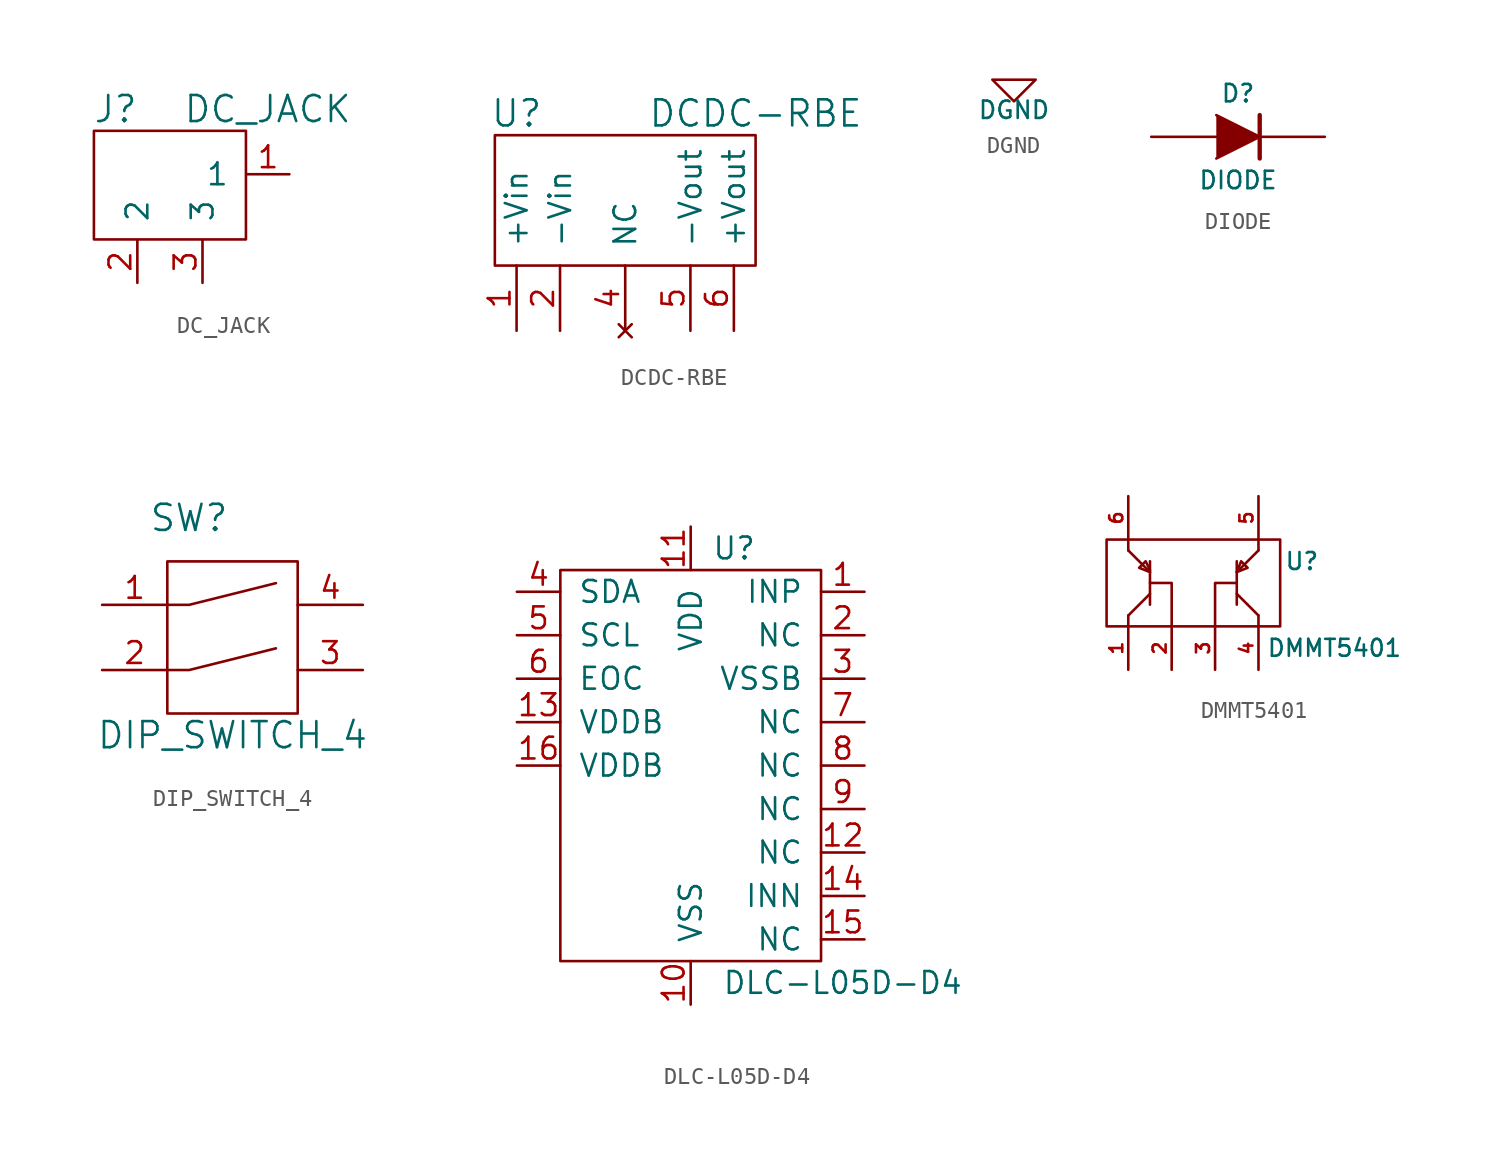
<source format=kicad_sym>
(kicad_symbol_lib
  (version 20210619)
  (generator kicad_symbol_editor)
  (symbol "tinkerforge:DC_JACK"
    (pin_names
      (offset 1.016))
    (property "Reference" "J"
      (at -2.54 5.08 0)
      (effects (font (size 1.524 1.524))))
    (property "Value" "DC_JACK"
      (at 6.35 5.08 0)
      (effects (font (size 1.524 1.524))))
    (property "Footprint" ""
      (at 0 0 0)
      (effects (font (size 1.524 1.524))))
    (property "Datasheet" ""
      (at 0 0 0)
      (effects (font (size 1.524 1.524))))
    (symbol "DC_JACK_0_1"
      (rectangle (start -3.81 3.81) (end 5.08 -2.54) (stroke (width 0)) (fill (type none))))
    (symbol "DC_JACK_1_1"
      (pin power_in line (at 7.62 1.27 180) (length 2.489) (name "1" (effects (font (size 1.27 1.27)))) (number "1" (effects (font (size 1.27 1.27)))))
      (pin power_out line (at -1.27 -5.08 90) (length 2.489) (name "2" (effects (font (size 1.27 1.27)))) (number "2" (effects (font (size 1.27 1.27)))))
      (pin power_out line (at 2.54 -5.08 90) (length 2.489) (name "3" (effects (font (size 1.27 1.27)))) (number "3" (effects (font (size 1.27 1.27)))))))
  (symbol "tinkerforge:DCDC-RBE"
    (pin_names
      (offset 1.016))
    (property "Reference" "U"
      (at -6.35 5.08 0)
      (effects (font (size 1.524 1.524))))
    (property "Value" "DCDC-RBE"
      (at 7.62 5.08 0)
      (effects (font (size 1.524 1.524))))
    (property "Footprint" ""
      (at 0 0 0)
      (effects (font (size 1.524 1.524))))
    (property "Datasheet" ""
      (at 0 0 0)
      (effects (font (size 1.524 1.524))))
    (symbol "DCDC-RBE_0_1"
      (rectangle (start -7.62 3.81) (end 7.62 -3.81) (stroke (width 0)) (fill (type none))))
    (symbol "DCDC-RBE_1_1"
      (pin passive line (at -6.35 -7.62 90) (length 3.81) (name "+Vin" (effects (font (size 1.27 1.27)))) (number "1" (effects (font (size 1.27 1.27)))))
      (pin passive line (at -3.81 -7.62 90) (length 3.81) (name "-Vin" (effects (font (size 1.27 1.27)))) (number "2" (effects (font (size 1.27 1.27)))))
      (pin no_connect line (at 0 -7.62 90) (length 3.81) (name "NC" (effects (font (size 1.27 1.27)))) (number "4" (effects (font (size 1.27 1.27)))))
      (pin passive line (at 3.81 -7.62 90) (length 3.81) (name "-Vout" (effects (font (size 1.27 1.27)))) (number "5" (effects (font (size 1.27 1.27)))))
      (pin passive line (at 6.35 -7.62 90) (length 3.81) (name "+Vout" (effects (font (size 1.27 1.27)))) (number "6" (effects (font (size 1.27 1.27)))))))
  (symbol "tinkerforge:DGND"
    (power)
    (pin_names
      (offset 1.016))
    (property "Reference" "#PWR"
      (at 0 0 0)
      (effects (font (size 1.016 1.016)) hide))
    (property "Value" "DGND"
      (at 0 -1.778 0)
      (effects (font (size 1.016 1.016))))
    (property "Footprint" ""
      (at 0 0 0)
      (effects (font (size 1.524 1.524))))
    (property "Datasheet" ""
      (at 0 0 0)
      (effects (font (size 1.524 1.524))))
    (symbol "DGND_0_1"
      (polyline (pts (xy -1.27 0) (xy 0 -1.27) (xy 1.27 0) (xy -1.27 0)) (stroke (width 0)) (fill (type none))))
    (symbol "DGND_1_1"
      (pin power_in line (at 0 0 90) (length 0) hide (name "DGND" (effects (font (size 1.016 1.016)))) (number "1" (effects (font (size 1.016 1.016)))))))
  (symbol "tinkerforge:DIODE"
    (pin_numbers hide)
    (pin_names
      (offset 1.016) hide)
    (property "Reference" "D"
      (at 0 2.54 0)
      (effects (font (size 1.016 1.016))))
    (property "Value" "DIODE"
      (at 0 -2.54 0)
      (effects (font (size 1.016 1.016))))
    (property "Footprint" ""
      (at 0 0 0)
      (effects (font (size 1.524 1.524))))
    (property "Datasheet" ""
      (at 0 0 0)
      (effects (font (size 1.524 1.524))))
    (symbol "DIODE_0_1"
      (polyline (pts (xy 1.27 1.27) (xy 1.27 -1.27)) (stroke (width 0.254)) (fill (type none)))
      (polyline (pts (xy -1.27 1.27) (xy 1.27 0) (xy -1.27 -1.27)) (stroke (width 0)) (fill (type outline))))
    (symbol "DIODE_1_1"
      (pin passive line (at -5.08 0 0) (length 3.81) (name "A" (effects (font (size 1.016 1.016)))) (number "1" (effects (font (size 1.016 1.016)))))
      (pin passive line (at 5.08 0 180) (length 3.81) (name "K" (effects (font (size 1.016 1.016)))) (number "2" (effects (font (size 1.016 1.016)))))))
  (symbol "tinkerforge:DIP_SWITCH_4"
    (pin_names
      (offset 1.016))
    (property "Reference" "SW"
      (at -2.54 6.35 0)
      (effects (font (size 1.524 1.524))))
    (property "Value" "DIP_SWITCH_4"
      (at 0 -6.35 0)
      (effects (font (size 1.524 1.524))))
    (property "Footprint" ""
      (at 0 0 0)
      (effects (font (size 1.524 1.524))))
    (property "Datasheet" ""
      (at 0 0 0)
      (effects (font (size 1.524 1.524))))
    (symbol "DIP_SWITCH_4_0_1"
      (rectangle (start -3.81 3.81) (end 3.81 -5.08) (stroke (width 0)) (fill (type none)))
      (polyline (pts (xy -3.81 -2.54) (xy -2.54 -2.54) (xy 2.54 -1.27)) (stroke (width 0)) (fill (type none)))
      (polyline (pts (xy -3.81 1.27) (xy -2.54 1.27) (xy 2.54 2.54)) (stroke (width 0)) (fill (type none))))
    (symbol "DIP_SWITCH_4_1_1"
      (pin passive line (at -7.62 1.27 0) (length 3.81) (name "~" (effects (font (size 1.27 1.27)))) (number "1" (effects (font (size 1.27 1.27)))))
      (pin passive line (at -7.62 -2.54 0) (length 3.81) (name "~" (effects (font (size 1.27 1.27)))) (number "2" (effects (font (size 1.27 1.27)))))
      (pin passive line (at 7.62 -2.54 180) (length 3.81) (name "~" (effects (font (size 1.27 1.27)))) (number "3" (effects (font (size 1.27 1.27)))))
      (pin passive line (at 7.62 1.27 180) (length 3.81) (name "~" (effects (font (size 1.27 1.27)))) (number "4" (effects (font (size 1.27 1.27)))))))
  (symbol "tinkerforge:DLC-L05D-D4"
    (pin_names
      (offset 1.016))
    (property "Reference" "U"
      (at 2.54 12.7 0)
      (effects (font (size 1.27 1.27))))
    (property "Value" "DLC-L05D-D4"
      (at 8.89 -12.7 0)
      (effects (font (size 1.27 1.27))))
    (symbol "DLC-L05D-D4_0_1"
      (rectangle (start -7.62 11.43) (end 7.62 -11.43) (stroke (width 0)) (fill (type none))))
    (symbol "DLC-L05D-D4_1_1"
      (pin input line (at 10.16 10.16 180) (length 2.54) (name "INP" (effects (font (size 1.27 1.27)))) (number "1" (effects (font (size 1.27 1.27)))))
      (pin input line (at 0 -13.97 90) (length 2.54) (name "VSS" (effects (font (size 1.27 1.27)))) (number "10" (effects (font (size 1.27 1.27)))))
      (pin input line (at 0 13.97 270) (length 2.54) (name "VDD" (effects (font (size 1.27 1.27)))) (number "11" (effects (font (size 1.27 1.27)))))
      (pin input line (at 10.16 -5.08 180) (length 2.54) (name "NC" (effects (font (size 1.27 1.27)))) (number "12" (effects (font (size 1.27 1.27)))))
      (pin input line (at -10.16 2.54 0) (length 2.54) (name "VDDB" (effects (font (size 1.27 1.27)))) (number "13" (effects (font (size 1.27 1.27)))))
      (pin input line (at 10.16 -7.62 180) (length 2.54) (name "INN" (effects (font (size 1.27 1.27)))) (number "14" (effects (font (size 1.27 1.27)))))
      (pin input line (at 10.16 -10.16 180) (length 2.54) (name "NC" (effects (font (size 1.27 1.27)))) (number "15" (effects (font (size 1.27 1.27)))))
      (pin input line (at -10.16 0 0) (length 2.54) (name "VDDB" (effects (font (size 1.27 1.27)))) (number "16" (effects (font (size 1.27 1.27)))))
      (pin input line (at 10.16 7.62 180) (length 2.54) (name "NC" (effects (font (size 1.27 1.27)))) (number "2" (effects (font (size 1.27 1.27)))))
      (pin input line (at 10.16 5.08 180) (length 2.54) (name "VSSB" (effects (font (size 1.27 1.27)))) (number "3" (effects (font (size 1.27 1.27)))))
      (pin input line (at -10.16 10.16 0) (length 2.54) (name "SDA" (effects (font (size 1.27 1.27)))) (number "4" (effects (font (size 1.27 1.27)))))
      (pin input line (at -10.16 7.62 0) (length 2.54) (name "SCL" (effects (font (size 1.27 1.27)))) (number "5" (effects (font (size 1.27 1.27)))))
      (pin input line (at -10.16 5.08 0) (length 2.54) (name "EOC" (effects (font (size 1.27 1.27)))) (number "6" (effects (font (size 1.27 1.27)))))
      (pin input line (at 10.16 2.54 180) (length 2.54) (name "NC" (effects (font (size 1.27 1.27)))) (number "7" (effects (font (size 1.27 1.27)))))
      (pin input line (at 10.16 0 180) (length 2.54) (name "NC" (effects (font (size 1.27 1.27)))) (number "8" (effects (font (size 1.27 1.27)))))
      (pin input line (at 10.16 -2.54 180) (length 2.54) (name "NC" (effects (font (size 1.27 1.27)))) (number "9" (effects (font (size 1.27 1.27)))))))
  (symbol "tinkerforge:DMMT5401"
    (pin_names
      (offset 1.016))
    (property "Reference" "U"
      (at 6.35 2.54 0)
      (effects (font (size 0.991 0.991))))
    (property "Value" "DMMT5401"
      (at 8.255 -2.54 0)
      (effects (font (size 0.991 0.991))))
    (symbol "DMMT5401_0_0"
      (pin passive line (at -3.81 -3.81 90) (length 2.54) (name "~" (effects (font (size 0.762 0.762)))) (number "1" (effects (font (size 0.762 0.762)))))
      (pin passive line (at -1.27 -3.81 90) (length 2.54) (name "~" (effects (font (size 0.762 0.762)))) (number "2" (effects (font (size 0.762 0.762)))))
      (pin passive line (at 1.27 -3.81 90) (length 2.54) (name "~" (effects (font (size 0.762 0.762)))) (number "3" (effects (font (size 0.762 0.762)))))
      (pin passive line (at 3.81 -3.81 90) (length 2.54) (name "~" (effects (font (size 0.762 0.762)))) (number "4" (effects (font (size 0.762 0.762)))))
      (pin passive line (at 3.81 6.35 270) (length 2.54) (name "~" (effects (font (size 0.762 0.762)))) (number "5" (effects (font (size 0.762 0.762)))))
      (pin passive line (at -3.81 6.35 270) (length 2.54) (name "~" (effects (font (size 0.762 0.762)))) (number "6" (effects (font (size 0.762 0.762))))))
    (symbol "DMMT5401_0_1"
      (rectangle (start -5.08 3.81) (end 5.08 -1.27) (stroke (width 0)) (fill (type none)))
      (polyline (pts (xy -3.81 -0.635) (xy -3.81 -1.27)) (stroke (width 0)) (fill (type none)))
      (polyline (pts (xy -3.81 3.81) (xy -3.81 3.175)) (stroke (width 0)) (fill (type none)))
      (polyline (pts (xy -2.54 0) (xy -2.54 2.54)) (stroke (width 0)) (fill (type none)))
      (polyline (pts (xy -2.54 0.635) (xy -3.81 -0.635)) (stroke (width 0)) (fill (type none)))
      (polyline (pts (xy -2.54 1.905) (xy -3.81 3.175)) (stroke (width 0)) (fill (type none)))
      (polyline (pts (xy 2.54 0.635) (xy 3.81 -0.635)) (stroke (width 0)) (fill (type none)))
      (polyline (pts (xy 2.54 1.905) (xy 3.81 3.175)) (stroke (width 0)) (fill (type none)))
      (polyline (pts (xy 2.54 2.54) (xy 2.54 0)) (stroke (width 0)) (fill (type none)))
      (polyline (pts (xy 3.81 -1.27) (xy 3.81 -0.635)) (stroke (width 0)) (fill (type none)))
      (polyline (pts (xy 3.81 3.81) (xy 3.81 3.175)) (stroke (width 0)) (fill (type none)))
      (polyline (pts (xy -2.54 1.27) (xy -1.27 1.27) (xy -1.27 -1.27)) (stroke (width 0)) (fill (type none)))
      (polyline (pts (xy 2.54 1.27) (xy 1.27 1.27) (xy 1.27 -1.27)) (stroke (width 0)) (fill (type none)))
      (polyline (pts (xy -2.54 2.032) (xy -2.794 2.54) (xy -3.175 2.159) (xy -2.54 1.905)) (stroke (width 0)) (fill (type none)))
      (polyline (pts (xy 2.54 1.905) (xy 2.794 2.54) (xy 3.175 2.159) (xy 2.54 1.905)) (stroke (width 0)) (fill (type none))))))
</source>
